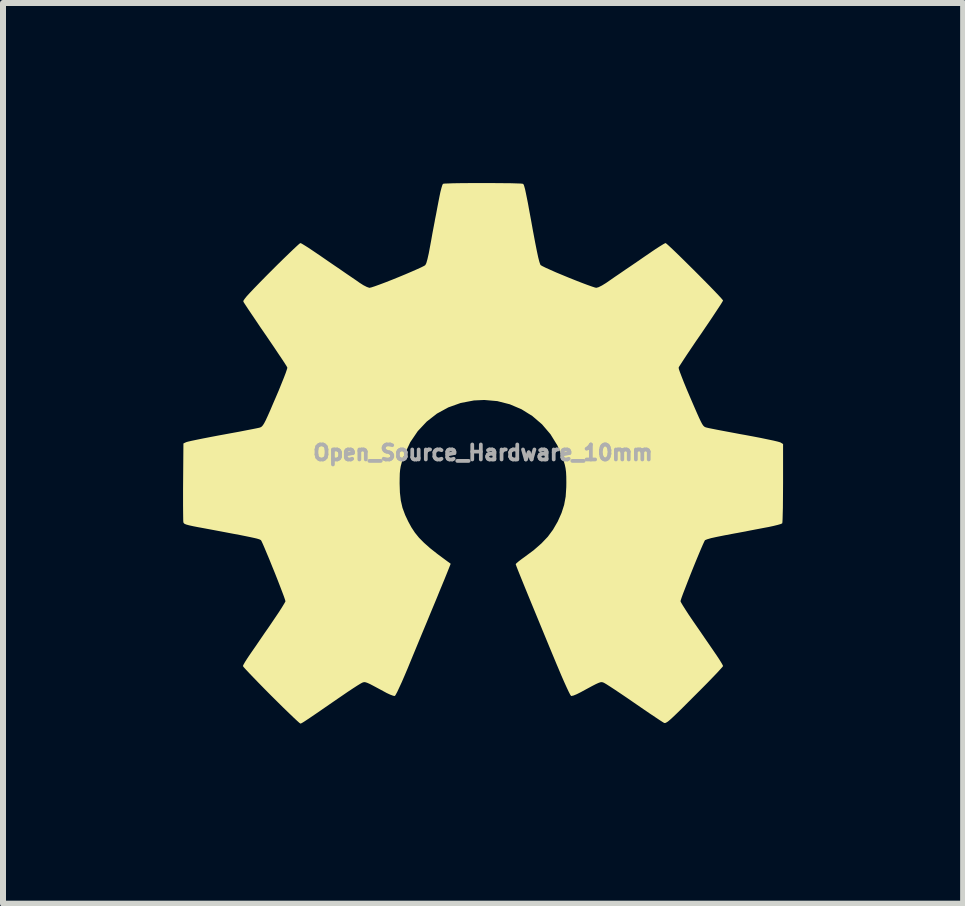
<source format=kicad_pcb>
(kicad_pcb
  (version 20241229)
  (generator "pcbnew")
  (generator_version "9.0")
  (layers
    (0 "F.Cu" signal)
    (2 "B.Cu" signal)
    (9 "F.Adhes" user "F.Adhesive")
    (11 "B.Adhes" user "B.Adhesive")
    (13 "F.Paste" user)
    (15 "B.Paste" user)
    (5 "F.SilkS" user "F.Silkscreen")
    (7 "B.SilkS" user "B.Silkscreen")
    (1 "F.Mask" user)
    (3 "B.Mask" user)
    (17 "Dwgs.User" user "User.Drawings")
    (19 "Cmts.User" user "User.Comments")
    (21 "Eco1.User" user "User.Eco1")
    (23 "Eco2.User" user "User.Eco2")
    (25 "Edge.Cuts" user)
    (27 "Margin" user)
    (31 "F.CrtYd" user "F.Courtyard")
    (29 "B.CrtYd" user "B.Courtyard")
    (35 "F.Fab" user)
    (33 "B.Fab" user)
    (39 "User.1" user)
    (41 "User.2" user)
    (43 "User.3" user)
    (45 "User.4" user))
  (footprint "Open_Source_Hardware_10mm"
    (layer "F.Cu")
    (at 4.997 4.493)
    (property "Reference" "Open_Source_Hardware_10mm" (at 0 0 0) (layer "F.Fab") (effects (font (size 0.25 0.25) (thickness 0.3))))
    (attr board_only exclude_from_pos_files exclude_from_bom)
    (fp_poly (pts (xy 0.111 -4.493) (xy 0.243 -4.492) (xy 0.365 -4.491) (xy 0.473 -4.49) (xy 0.562 -4.487) (xy 0.627 -4.485) (xy 0.662 -4.481) (xy 0.667 -4.48) (xy 0.674 -4.473) (xy 0.682 -4.457) (xy 0.69 -4.431) (xy 0.701 -4.391) (xy 0.713 -4.335) (xy 0.729 -4.257) (xy 0.749 -4.157) (xy 0.772 -4.03) (xy 0.801 -3.874) (xy 0.835 -3.685) (xy 0.837 -3.675) (xy 0.87 -3.5) (xy 0.898 -3.359) (xy 0.921 -3.252) (xy 0.94 -3.179) (xy 0.955 -3.136) (xy 0.961 -3.126) (xy 0.988 -3.11) (xy 1.042 -3.083) (xy 1.12 -3.048) (xy 1.214 -3.006) (xy 1.32 -2.962) (xy 1.431 -2.916) (xy 1.541 -2.872) (xy 1.646 -2.831) (xy 1.739 -2.796) (xy 1.815 -2.769) (xy 1.867 -2.752) (xy 1.889 -2.748) (xy 1.926 -2.758) (xy 1.982 -2.786) (xy 2.044 -2.824) (xy 2.055 -2.831) (xy 2.117 -2.874) (xy 2.199 -2.931) (xy 2.289 -2.992) (xy 2.373 -3.05) (xy 2.468 -3.114) (xy 2.579 -3.19) (xy 2.692 -3.268) (xy 2.795 -3.338) (xy 2.797 -3.34) (xy 2.877 -3.394) (xy 2.947 -3.439) (xy 3.002 -3.473) (xy 3.035 -3.491) (xy 3.042 -3.493) (xy 3.06 -3.481) (xy 3.099 -3.446) (xy 3.157 -3.392) (xy 3.23 -3.322) (xy 3.314 -3.24) (xy 3.405 -3.15) (xy 3.501 -3.055) (xy 3.598 -2.958) (xy 3.691 -2.864) (xy 3.779 -2.775) (xy 3.856 -2.695) (xy 3.921 -2.627) (xy 3.968 -2.576) (xy 3.995 -2.544) (xy 4 -2.536) (xy 3.99 -2.517) (xy 3.962 -2.471) (xy 3.917 -2.403) (xy 3.859 -2.315) (xy 3.79 -2.211) (xy 3.711 -2.095) (xy 3.634 -1.981) (xy 3.548 -1.857) (xy 3.47 -1.741) (xy 3.4 -1.637) (xy 3.342 -1.549) (xy 3.298 -1.481) (xy 3.269 -1.436) (xy 3.26 -1.418) (xy 3.264 -1.394) (xy 3.282 -1.341) (xy 3.311 -1.265) (xy 3.349 -1.168) (xy 3.395 -1.056) (xy 3.447 -0.934) (xy 3.456 -0.913) (xy 3.516 -0.774) (xy 3.563 -0.666) (xy 3.6 -0.583) (xy 3.629 -0.522) (xy 3.651 -0.48) (xy 3.67 -0.452) (xy 3.686 -0.436) (xy 3.703 -0.426) (xy 3.722 -0.42) (xy 3.726 -0.419) (xy 3.759 -0.411) (xy 3.824 -0.398) (xy 3.915 -0.38) (xy 4.026 -0.359) (xy 4.154 -0.335) (xy 4.292 -0.309) (xy 4.355 -0.298) (xy 4.495 -0.272) (xy 4.625 -0.247) (xy 4.74 -0.223) (xy 4.836 -0.203) (xy 4.908 -0.186) (xy 4.95 -0.174) (xy 4.959 -0.17) (xy 5 -0.145) (xy 5 0.505) (xy 4.999 0.656) (xy 4.998 0.796) (xy 4.997 0.92) (xy 4.994 1.024) (xy 4.992 1.105) (xy 4.989 1.157) (xy 4.986 1.176) (xy 4.964 1.187) (xy 4.913 1.202) (xy 4.84 1.22) (xy 4.752 1.239) (xy 4.718 1.245) (xy 4.618 1.264) (xy 4.524 1.282) (xy 4.445 1.297) (xy 4.39 1.308) (xy 4.382 1.31) (xy 4.316 1.322) (xy 4.237 1.337) (xy 4.191 1.345) (xy 4.027 1.376) (xy 3.897 1.402) (xy 3.801 1.423) (xy 3.736 1.442) (xy 3.702 1.456) (xy 3.698 1.459) (xy 3.686 1.482) (xy 3.662 1.534) (xy 3.63 1.608) (xy 3.591 1.701) (xy 3.547 1.807) (xy 3.501 1.92) (xy 3.455 2.035) (xy 3.411 2.147) (xy 3.371 2.251) (xy 3.336 2.341) (xy 3.31 2.412) (xy 3.295 2.458) (xy 3.291 2.474) (xy 3.301 2.496) (xy 3.329 2.544) (xy 3.372 2.612) (xy 3.427 2.697) (xy 3.492 2.793) (xy 3.536 2.857) (xy 3.613 2.968) (xy 3.69 3.081) (xy 3.763 3.187) (xy 3.827 3.28) (xy 3.876 3.352) (xy 3.89 3.372) (xy 3.935 3.44) (xy 3.971 3.498) (xy 3.994 3.539) (xy 4 3.554) (xy 3.988 3.571) (xy 3.952 3.611) (xy 3.897 3.671) (xy 3.824 3.747) (xy 3.737 3.837) (xy 3.638 3.937) (xy 3.53 4.045) (xy 3.528 4.047) (xy 3.405 4.17) (xy 3.305 4.27) (xy 3.225 4.348) (xy 3.163 4.407) (xy 3.116 4.45) (xy 3.081 4.479) (xy 3.055 4.495) (xy 3.037 4.503) (xy 3.023 4.503) (xy 3.015 4.5) (xy 2.99 4.485) (xy 2.939 4.452) (xy 2.866 4.403) (xy 2.776 4.343) (xy 2.672 4.272) (xy 2.559 4.194) (xy 2.518 4.166) (xy 2.402 4.086) (xy 2.294 4.013) (xy 2.197 3.948) (xy 2.116 3.895) (xy 2.055 3.856) (xy 2.019 3.835) (xy 2.013 3.832) (xy 1.994 3.825) (xy 1.976 3.822) (xy 1.954 3.825) (xy 1.923 3.836) (xy 1.879 3.856) (xy 1.817 3.888) (xy 1.732 3.934) (xy 1.625 3.992) (xy 1.561 4.024) (xy 1.507 4.046) (xy 1.473 4.053) (xy 1.469 4.053) (xy 1.455 4.034) (xy 1.43 3.986) (xy 1.395 3.912) (xy 1.352 3.817) (xy 1.303 3.705) (xy 1.251 3.581) (xy 1.228 3.527) (xy 1.109 3.241) (xy 1.001 2.979) (xy 0.903 2.741) (xy 0.816 2.53) (xy 0.74 2.345) (xy 0.676 2.188) (xy 0.624 2.06) (xy 0.585 1.963) (xy 0.559 1.896) (xy 0.547 1.862) (xy 0.545 1.857) (xy 0.559 1.84) (xy 0.597 1.808) (xy 0.651 1.767) (xy 0.686 1.742) (xy 0.845 1.624) (xy 0.974 1.511) (xy 1.08 1.4) (xy 1.167 1.282) (xy 1.241 1.154) (xy 1.246 1.145) (xy 1.309 1.004) (xy 1.352 0.87) (xy 1.378 0.73) (xy 1.388 0.573) (xy 1.389 0.5) (xy 1.388 0.398) (xy 1.384 0.322) (xy 1.376 0.259) (xy 1.363 0.198) (xy 1.342 0.13) (xy 1.327 0.085) (xy 1.239 -0.123) (xy 1.124 -0.309) (xy 0.984 -0.473) (xy 0.822 -0.612) (xy 0.642 -0.724) (xy 0.447 -0.807) (xy 0.239 -0.86) (xy 0.022 -0.879) (xy -0.15 -0.871) (xy -0.371 -0.829) (xy -0.578 -0.755) (xy -0.768 -0.651) (xy -0.938 -0.518) (xy -1.087 -0.359) (xy -1.211 -0.176) (xy -1.307 0.028) (xy -1.328 0.085) (xy -1.353 0.161) (xy -1.37 0.223) (xy -1.38 0.281) (xy -1.386 0.345) (xy -1.388 0.428) (xy -1.389 0.509) (xy -1.384 0.665) (xy -1.369 0.797) (xy -1.341 0.918) (xy -1.296 1.039) (xy -1.245 1.147) (xy -1.192 1.244) (xy -1.134 1.332) (xy -1.066 1.416) (xy -0.983 1.5) (xy -0.883 1.589) (xy -0.759 1.687) (xy -0.609 1.798) (xy -0.59 1.812) (xy -0.538 1.85) (xy -0.595 1.994) (xy -0.608 2.026) (xy -0.623 2.063) (xy -0.641 2.108) (xy -0.664 2.163) (xy -0.692 2.231) (xy -0.726 2.313) (xy -0.766 2.412) (xy -0.815 2.53) (xy -0.873 2.669) (xy -0.94 2.832) (xy -1.019 3.021) (xy -1.109 3.239) (xy -1.211 3.486) (xy -1.254 3.591) (xy -1.305 3.711) (xy -1.352 3.82) (xy -1.395 3.913) (xy -1.429 3.986) (xy -1.455 4.034) (xy -1.468 4.053) (xy -1.496 4.049) (xy -1.545 4.031) (xy -1.607 4.002) (xy -1.625 3.992) (xy -1.736 3.932) (xy -1.82 3.887) (xy -1.881 3.855) (xy -1.925 3.835) (xy -1.955 3.825) (xy -1.977 3.822) (xy -1.994 3.825) (xy -2.013 3.832) (xy -2.042 3.848) (xy -2.096 3.881) (xy -2.17 3.929) (xy -2.259 3.988) (xy -2.358 4.056) (xy -2.418 4.097) (xy -2.569 4.201) (xy -2.692 4.286) (xy -2.791 4.354) (xy -2.869 4.407) (xy -2.927 4.446) (xy -2.971 4.475) (xy -3.001 4.494) (xy -3.021 4.505) (xy -3.033 4.511) (xy -3.042 4.512) (xy -3.043 4.512) (xy -3.06 4.5) (xy -3.1 4.464) (xy -3.159 4.409) (xy -3.235 4.336) (xy -3.325 4.249) (xy -3.425 4.15) (xy -3.532 4.044) (xy -3.639 3.936) (xy -3.737 3.836) (xy -3.824 3.746) (xy -3.897 3.67) (xy -3.952 3.611) (xy -3.988 3.571) (xy -4 3.554) (xy -3.99 3.531) (xy -3.964 3.485) (xy -3.925 3.424) (xy -3.89 3.372) (xy -3.847 3.309) (xy -3.787 3.223) (xy -3.717 3.12) (xy -3.641 3.009) (xy -3.563 2.897) (xy -3.536 2.857) (xy -3.467 2.755) (xy -3.405 2.663) (xy -3.354 2.584) (xy -3.317 2.523) (xy -3.295 2.485) (xy -3.291 2.474) (xy -3.298 2.449) (xy -3.316 2.396) (xy -3.345 2.319) (xy -3.381 2.225) (xy -3.422 2.119) (xy -3.467 2.005) (xy -3.514 1.89) (xy -3.559 1.778) (xy -3.602 1.676) (xy -3.639 1.587) (xy -3.669 1.518) (xy -3.69 1.473) (xy -3.698 1.459) (xy -3.706 1.453) (xy -3.719 1.446) (xy -3.739 1.439) (xy -3.769 1.43) (xy -3.812 1.42) (xy -3.872 1.407) (xy -3.95 1.391) (xy -4.049 1.371) (xy -4.173 1.348) (xy -4.325 1.319) (xy -4.506 1.285) (xy -4.72 1.245) (xy -4.723 1.245) (xy -4.826 1.225) (xy -4.898 1.209) (xy -4.945 1.196) (xy -4.973 1.184) (xy -4.987 1.17) (xy -4.992 1.158) (xy -4.994 1.131) (xy -4.995 1.072) (xy -4.996 0.986) (xy -4.997 0.877) (xy -4.997 0.749) (xy -4.997 0.607) (xy -4.996 0.482) (xy -4.991 -0.154) (xy -4.945 -0.176) (xy -4.917 -0.184) (xy -4.857 -0.198) (xy -4.771 -0.216) (xy -4.663 -0.238) (xy -4.539 -0.262) (xy -4.402 -0.288) (xy -4.336 -0.3) (xy -4.195 -0.326) (xy -4.063 -0.35) (xy -3.946 -0.373) (xy -3.847 -0.392) (xy -3.772 -0.407) (xy -3.726 -0.417) (xy -3.716 -0.42) (xy -3.699 -0.427) (xy -3.683 -0.439) (xy -3.666 -0.459) (xy -3.645 -0.492) (xy -3.62 -0.54) (xy -3.588 -0.609) (xy -3.547 -0.701) (xy -3.496 -0.821) (xy -3.456 -0.913) (xy -3.403 -1.037) (xy -3.357 -1.151) (xy -3.317 -1.25) (xy -3.286 -1.331) (xy -3.267 -1.388) (xy -3.259 -1.416) (xy -3.26 -1.418) (xy -3.271 -1.44) (xy -3.301 -1.488) (xy -3.347 -1.558) (xy -3.407 -1.647) (xy -3.477 -1.752) (xy -3.556 -1.868) (xy -3.624 -1.968) (xy -3.709 -2.091) (xy -3.786 -2.206) (xy -3.855 -2.308) (xy -3.913 -2.394) (xy -3.957 -2.461) (xy -3.985 -2.504) (xy -3.993 -2.52) (xy -3.99 -2.535) (xy -3.972 -2.562) (xy -3.938 -2.605) (xy -3.885 -2.663) (xy -3.812 -2.74) (xy -3.718 -2.837) (xy -3.6 -2.957) (xy -3.535 -3.022) (xy -3.427 -3.13) (xy -3.326 -3.229) (xy -3.236 -3.316) (xy -3.16 -3.389) (xy -3.1 -3.445) (xy -3.06 -3.481) (xy -3.042 -3.493) (xy -3.042 -3.493) (xy -3.02 -3.484) (xy -2.974 -3.456) (xy -2.91 -3.416) (xy -2.834 -3.365) (xy -2.797 -3.34) (xy -2.694 -3.27) (xy -2.581 -3.192) (xy -2.47 -3.116) (xy -2.374 -3.051) (xy -2.373 -3.05) (xy -2.285 -2.989) (xy -2.195 -2.928) (xy -2.113 -2.872) (xy -2.055 -2.831) (xy -1.992 -2.791) (xy -1.935 -2.762) (xy -1.894 -2.748) (xy -1.889 -2.748) (xy -1.858 -2.755) (xy -1.8 -2.774) (xy -1.72 -2.803) (xy -1.624 -2.839) (xy -1.517 -2.881) (xy -1.406 -2.926) (xy -1.295 -2.972) (xy -1.192 -3.016) (xy -1.101 -3.056) (xy -1.028 -3.089) (xy -0.979 -3.114) (xy -0.961 -3.126) (xy -0.944 -3.159) (xy -0.925 -3.226) (xy -0.903 -3.323) (xy -0.883 -3.43) (xy -0.862 -3.543) (xy -0.841 -3.662) (xy -0.82 -3.772) (xy -0.803 -3.861) (xy -0.801 -3.876) (xy -0.782 -3.97) (xy -0.761 -4.083) (xy -0.739 -4.197) (xy -0.727 -4.258) (xy -0.71 -4.341) (xy -0.692 -4.411) (xy -0.677 -4.46) (xy -0.666 -4.48) (xy -0.643 -4.484) (xy -0.589 -4.486) (xy -0.508 -4.489) (xy -0.407 -4.491) (xy -0.289 -4.492) (xy -0.16 -4.493) (xy -0.025 -4.493)) (stroke (width 0) (type solid)) (fill yes) (layer "F.SilkS")))
  (gr_rect
    (start -3 -3)
    (end 12.997 12.006)
    (stroke (width 0.1) (type default))
    (fill no)
    (layer "Edge.Cuts")))
</source>
